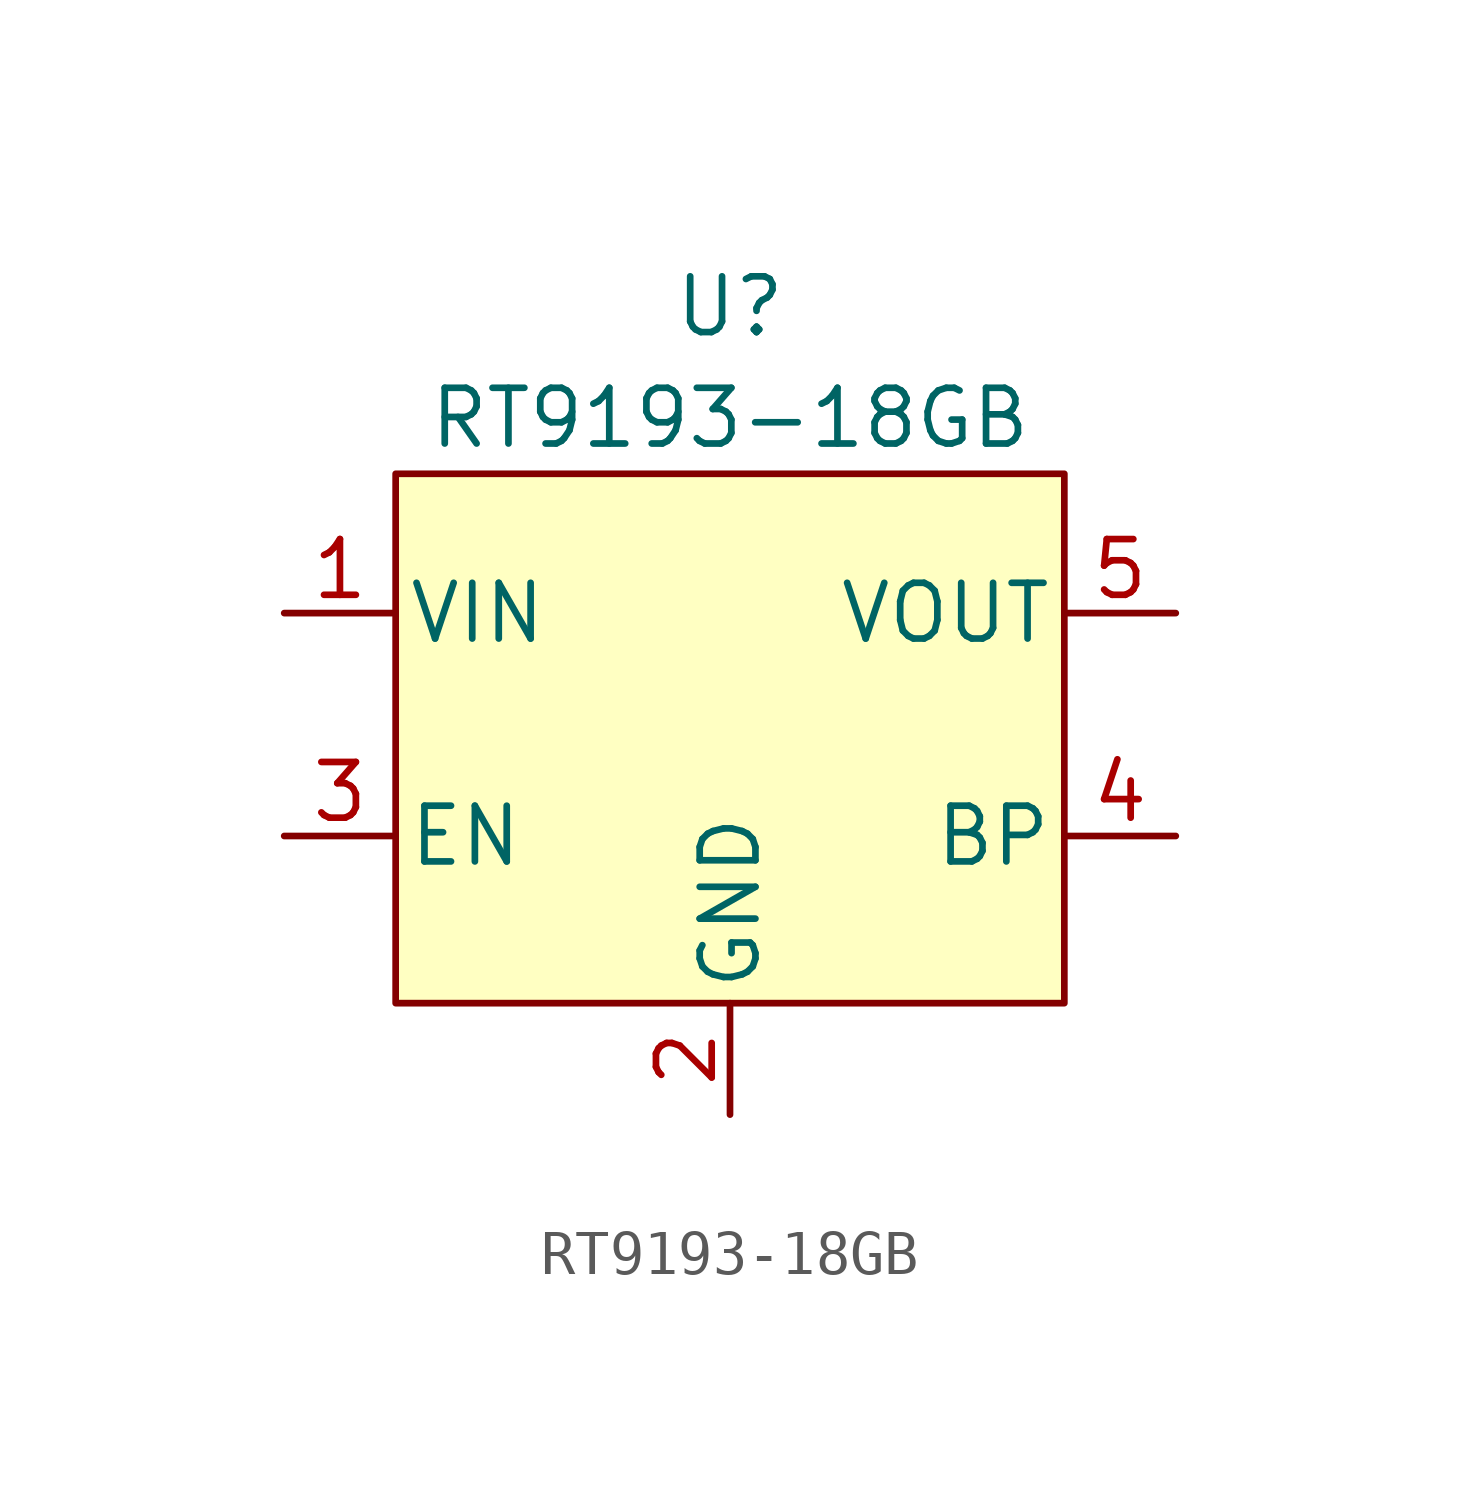
<source format=kicad_sym>
(kicad_symbol_lib
  (version 20231120)
  (generator "kicad_symbol_editor")
  (generator_version "8.99")
  (symbol "RT9193-18GB"
    (pin_names
      (offset 0.254))
    (property "Reference" "U"
      (at 0 9.525 0)
      (effects (font (size 1.27 1.27))))
    (property "Value" "RT9193-18GB"
      (at 0 6.985 0)
      (effects (font (size 1.27 1.27))))
    (property "ki_locked" ""
      (at 0 0 0)
      (effects (font (size 1.27 1.27))))
    (symbol "RT9193-18GB_0_1"
      (pin power_in line (at -10.16 2.54 0) (length 2.54) (name "VIN" (effects (font (size 1.27 1.27)))) (number "1" (effects (font (size 1.27 1.27)))))
      (pin power_out line (at 0 -8.89 90) (length 2.54) (name "GND" (effects (font (size 1.27 1.27)))) (number "2" (effects (font (size 1.27 1.27)))))
      (pin input line (at -10.16 -2.54 0) (length 2.54) (name "EN" (effects (font (size 1.27 1.27)))) (number "3" (effects (font (size 1.27 1.27)))))
      (pin unspecified line (at 10.16 -2.54 180) (length 2.54) (name "BP" (effects (font (size 1.27 1.27)))) (number "4" (effects (font (size 1.27 1.27)))))
      (pin output line (at 10.16 2.54 180) (length 2.54) (name "VOUT" (effects (font (size 1.27 1.27)))) (number "5" (effects (font (size 1.27 1.27))))))
    (symbol "RT9193-18GB_1_1"
      (rectangle (start -7.62 5.715) (end 7.62 -6.35) (stroke (width 0) (type default)) (fill (type background))))))
</source>
